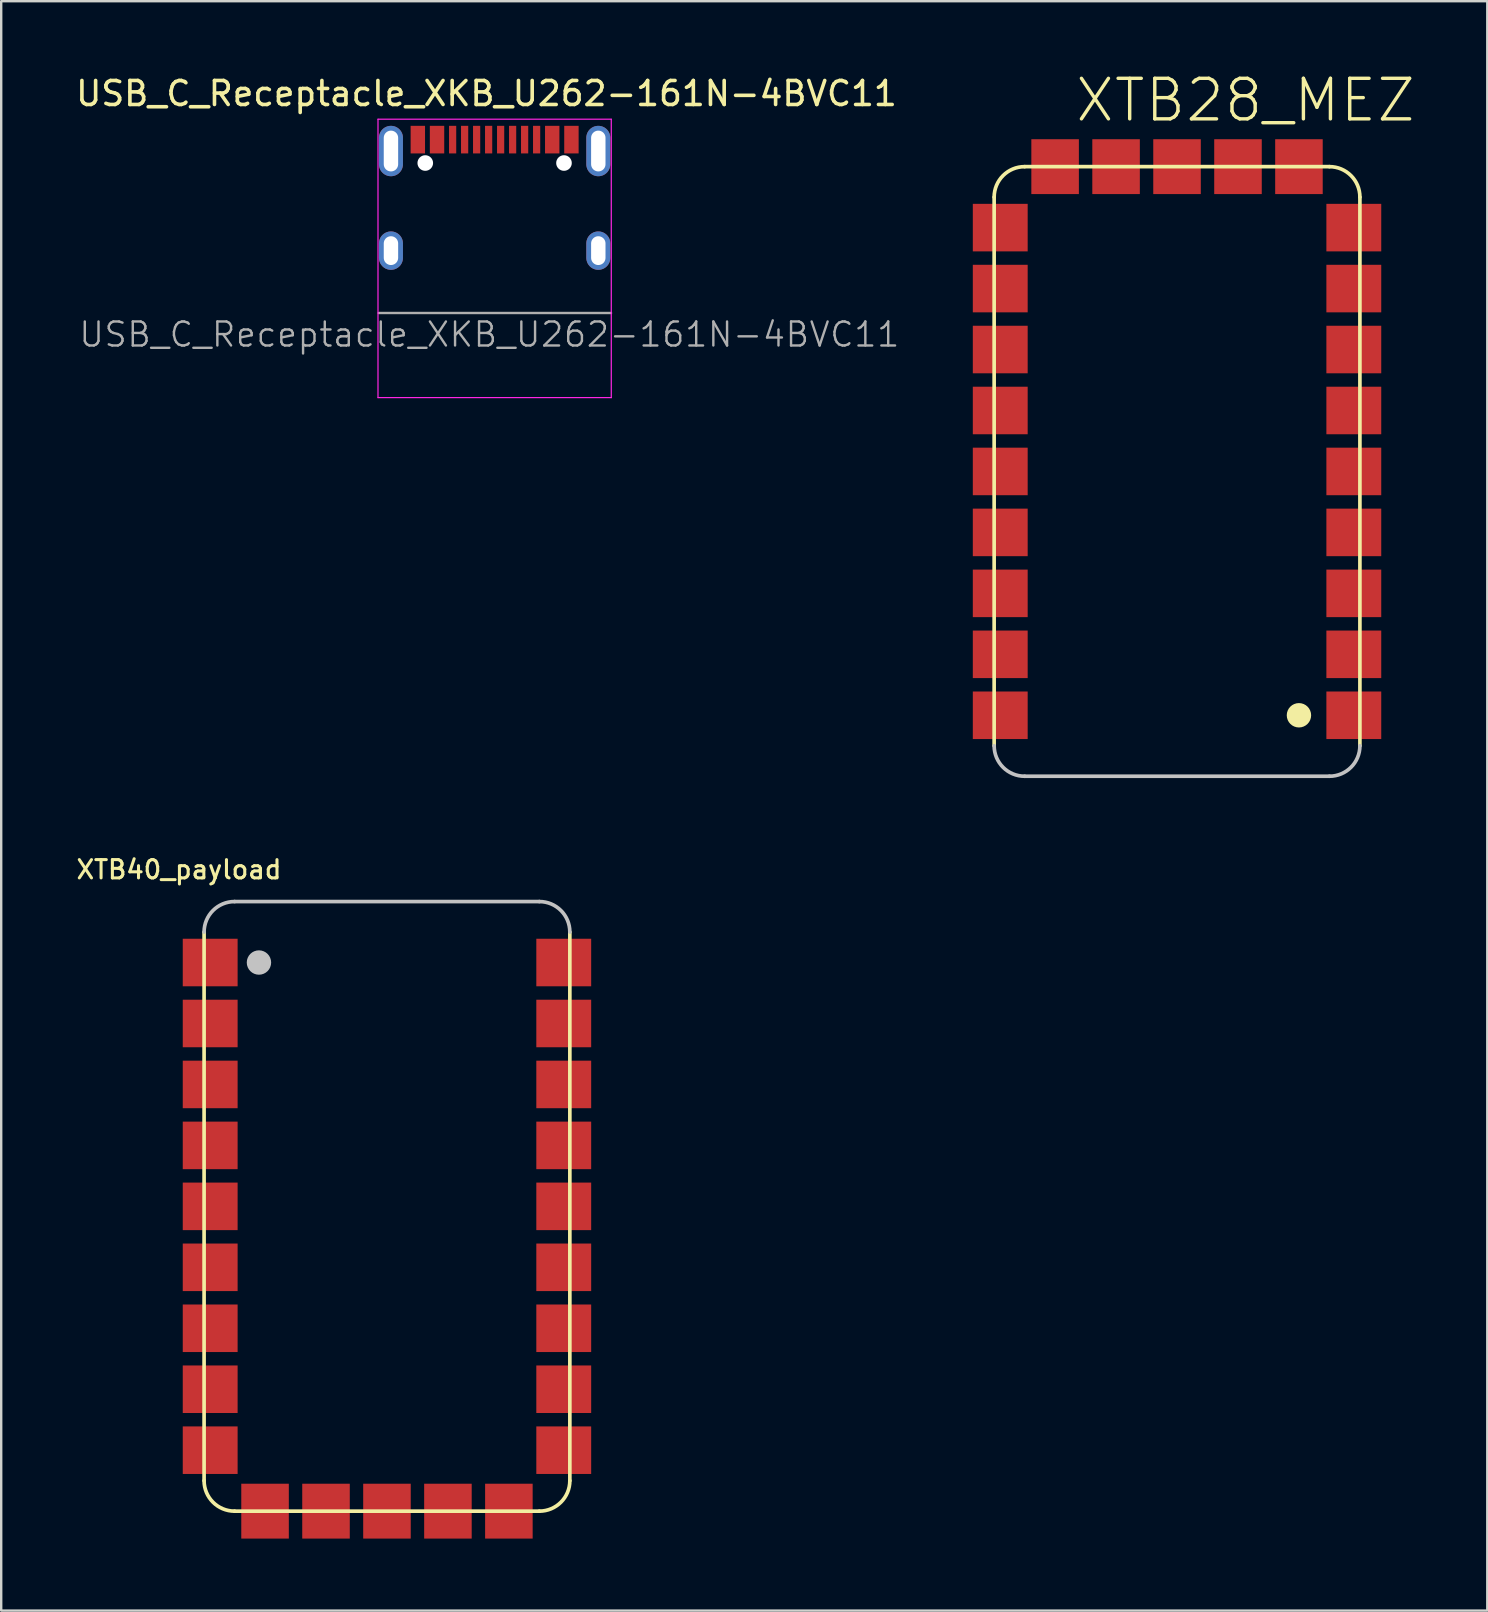
<source format=kicad_pcb>
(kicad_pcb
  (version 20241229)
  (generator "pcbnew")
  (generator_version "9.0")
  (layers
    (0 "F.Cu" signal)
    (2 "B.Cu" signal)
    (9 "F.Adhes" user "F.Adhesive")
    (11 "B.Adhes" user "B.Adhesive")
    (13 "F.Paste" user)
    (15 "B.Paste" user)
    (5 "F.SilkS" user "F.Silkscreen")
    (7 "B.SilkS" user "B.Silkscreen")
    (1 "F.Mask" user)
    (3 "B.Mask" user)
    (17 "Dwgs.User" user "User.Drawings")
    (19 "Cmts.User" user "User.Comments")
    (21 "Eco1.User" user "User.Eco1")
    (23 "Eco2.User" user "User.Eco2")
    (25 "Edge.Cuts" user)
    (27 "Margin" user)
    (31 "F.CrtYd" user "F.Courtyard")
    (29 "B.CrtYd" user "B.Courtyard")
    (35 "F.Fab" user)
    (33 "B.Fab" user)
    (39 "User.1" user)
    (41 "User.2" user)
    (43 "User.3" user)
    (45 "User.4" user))
  (footprint "USB_C_Receptacle_XKB_U262-161N-4BVC11"
    (layer "F.Cu")
    (at 17.06 7.788)
    (property "Reference" "USB_C_Receptacle_XKB_U262-161N-4BVC11" (at 0.16 -6.94 0) (layer "F.SilkS") (effects (font (size 1 1) (thickness 0.15))))
    (attr smd)
    (fp_line (start -4.36 -5.87) (end 5.36 -5.87) (stroke (width 0.05) (type solid)) (layer "F.CrtYd"))
    (fp_line (start -4.36 5.73) (end -4.36 -5.87) (stroke (width 0.05) (type solid)) (layer "F.CrtYd"))
    (fp_line (start 5.36 -5.87) (end 5.36 5.73) (stroke (width 0.05) (type solid)) (layer "F.CrtYd"))
    (fp_line (start 5.36 5.73) (end -4.36 5.73) (stroke (width 0.05) (type solid)) (layer "F.CrtYd"))
    (fp_line (start -4.33 2.205) (end 5.35 2.205) (stroke (width 0.1) (type solid)) (layer "F.Fab"))
    (fp_text user "${REFERENCE}" (at 0.28 3.1 0) (layer "F.Fab") (effects (font (size 1 1) (thickness 0.1))))
    (pad "" np_thru_hole circle (at -2.39 -4.045) (size 0.65 0.65) (drill 0.65) (layers "*.Cu" "*.Mask"))
    (pad "" np_thru_hole circle (at 3.39 -4.045) (size 0.65 0.65) (drill 0.65) (layers "*.Cu" "*.Mask"))
    (pad "A1" smd rect (at -2.7 -5.02) (size 0.6 1.15) (layers "F.Cu" "F.Mask" "F.Paste"))
    (pad "A4" smd rect (at -1.9 -5.02) (size 0.6 1.15) (layers "F.Cu" "F.Mask" "F.Paste"))
    (pad "A5" smd rect (at -0.75 -5.02) (size 0.3 1.15) (layers "F.Cu" "F.Mask" "F.Paste"))
    (pad "A6" smd rect (at 0.25 -5.02) (size 0.3 1.15) (layers "F.Cu" "F.Mask" "F.Paste"))
    (pad "A7" smd rect (at 0.75 -5.02) (size 0.3 1.15) (layers "F.Cu" "F.Mask" "F.Paste"))
    (pad "A8" smd rect (at 1.75 -5.02) (size 0.3 1.15) (layers "F.Cu" "F.Mask" "F.Paste"))
    (pad "A9" smd rect (at 2.9 -5.02) (size 0.6 1.15) (layers "F.Cu" "F.Mask" "F.Paste"))
    (pad "A12" smd rect (at 3.7 -5.02) (size 0.6 1.15) (layers "F.Cu" "F.Mask" "F.Paste"))
    (pad "B5" smd rect (at 2.25 -5.02) (size 0.3 1.15) (layers "F.Cu" "F.Mask" "F.Paste"))
    (pad "B6" smd rect (at 1.25 -5.02) (size 0.3 1.15) (layers "F.Cu" "F.Mask" "F.Paste"))
    (pad "B7" smd rect (at -0.25 -5.02) (size 0.3 1.15) (layers "F.Cu" "F.Mask" "F.Paste"))
    (pad "B8" smd rect (at -1.25 -5.02) (size 0.3 1.15) (layers "F.Cu" "F.Mask" "F.Paste"))
    (pad "S1" thru_hole oval (at -3.82 -4.545) (size 1 2.1) (drill oval 0.6 1.7) (layers "*.Cu" "*.Mask"))
    (pad "S1" thru_hole oval (at -3.82 -0.395) (size 1 1.6) (drill oval 0.6 1.2) (layers "*.Cu" "*.Mask"))
    (pad "S1" thru_hole oval (at 4.82 -4.545) (size 1 2.1) (drill oval 0.6 1.7) (layers "*.Cu" "*.Mask"))
    (pad "S1" thru_hole oval (at 4.82 -0.395) (size 1 1.6) (drill oval 0.6 1.2) (layers "*.Cu" "*.Mask")))
  (footprint "XTB28_MEZ"
    (layer "F.Cu")
    (at 38.374 29.294)
    (property "Reference" "XTB28_MEZ" (at 3.302 -27.178 0) (layer "F.SilkS") (effects (font (size 1.689 1.689) (thickness 0.142)) (justify left bottom)))
    (attr through_hole)
    (fp_line (start 0 -24.13) (end 0 -1.27) (stroke (width 0.152) (type solid)) (layer "F.SilkS"))
    (fp_line (start 13.97 -25.4) (end 1.27 -25.4) (stroke (width 0.152) (type solid)) (layer "F.SilkS"))
    (fp_line (start 15.24 -1.27) (end 15.24 -24.13) (stroke (width 0.152) (type solid)) (layer "F.SilkS"))
    (fp_arc (start 0 -24.13) (mid 0.371974 -25.028026) (end 1.27 -25.4) (stroke (width 0.1524) (type solid)) (layer "F.SilkS"))
    (fp_arc (start 13.97 -25.4) (mid 14.868026 -25.028026) (end 15.24 -24.13) (stroke (width 0.1524) (type solid)) (layer "F.SilkS"))
    (fp_circle (center 12.7 -2.54) (end 12.954 -2.54) (stroke (width 0.508) (type solid)) (fill no) (layer "F.SilkS"))
    (fp_line (start 1.27 0) (end 13.97 0) (stroke (width 0.152) (type solid)) (layer "Dwgs.User"))
    (fp_arc (start 1.27 0) (mid 0.371974 -0.371974) (end 0 -1.27) (stroke (width 0.1524) (type solid)) (layer "Dwgs.User"))
    (fp_arc (start 15.24 -1.27) (mid 14.868026 -0.371974) (end 13.97 0) (stroke (width 0.1524) (type solid)) (layer "Dwgs.User"))
    (pad "1" smd rect (at 14.986 -2.54 180) (size 2.286 1.981) (layers "F.Cu" "F.Mask" "F.Paste"))
    (pad "2" smd rect (at 14.986 -5.08 180) (size 2.286 1.981) (layers "F.Cu" "F.Mask" "F.Paste"))
    (pad "3" smd rect (at 14.986 -7.62 180) (size 2.286 1.981) (layers "F.Cu" "F.Mask" "F.Paste"))
    (pad "4" smd rect (at 14.986 -10.16 180) (size 2.286 1.981) (layers "F.Cu" "F.Mask" "F.Paste"))
    (pad "5" smd rect (at 14.986 -12.7 180) (size 2.286 1.981) (layers "F.Cu" "F.Mask" "F.Paste"))
    (pad "6" smd rect (at 14.986 -15.24 180) (size 2.286 1.981) (layers "F.Cu" "F.Mask" "F.Paste"))
    (pad "7" smd rect (at 14.986 -17.78 180) (size 2.286 1.981) (layers "F.Cu" "F.Mask" "F.Paste"))
    (pad "8" smd rect (at 14.986 -20.32 180) (size 2.286 1.981) (layers "F.Cu" "F.Mask" "F.Paste"))
    (pad "9" smd rect (at 14.986 -22.86 180) (size 2.286 1.981) (layers "F.Cu" "F.Mask" "F.Paste"))
    (pad "10" smd rect (at 12.7 -25.4 90) (size 2.286 1.981) (layers "F.Cu" "F.Mask" "F.Paste"))
    (pad "11" smd rect (at 10.16 -25.4 90) (size 2.286 1.981) (layers "F.Cu" "F.Mask" "F.Paste"))
    (pad "12" smd rect (at 7.62 -25.4 90) (size 2.286 1.981) (layers "F.Cu" "F.Mask" "F.Paste"))
    (pad "13" smd rect (at 5.08 -25.4 90) (size 2.286 1.981) (layers "F.Cu" "F.Mask" "F.Paste"))
    (pad "14" smd rect (at 2.54 -25.4 90) (size 2.286 1.981) (layers "F.Cu" "F.Mask" "F.Paste"))
    (pad "15" smd rect (at 0.254 -22.86) (size 2.286 1.981) (layers "F.Cu" "F.Mask" "F.Paste"))
    (pad "16" smd rect (at 0.254 -20.32) (size 2.286 1.981) (layers "F.Cu" "F.Mask" "F.Paste"))
    (pad "17" smd rect (at 0.254 -17.78) (size 2.286 1.981) (layers "F.Cu" "F.Mask" "F.Paste"))
    (pad "18" smd rect (at 0.254 -15.24) (size 2.286 1.981) (layers "F.Cu" "F.Mask" "F.Paste"))
    (pad "19" smd rect (at 0.254 -12.7) (size 2.286 1.981) (layers "F.Cu" "F.Mask" "F.Paste"))
    (pad "20" smd rect (at 0.254 -10.16) (size 2.286 1.981) (layers "F.Cu" "F.Mask" "F.Paste"))
    (pad "21" smd rect (at 0.254 -7.62) (size 2.286 1.981) (layers "F.Cu" "F.Mask" "F.Paste"))
    (pad "22" smd rect (at 0.254 -5.08) (size 2.286 1.981) (layers "F.Cu" "F.Mask" "F.Paste"))
    (pad "23" smd rect (at 0.254 -2.54) (size 2.286 1.981) (layers "F.Cu" "F.Mask" "F.Paste")))
  (footprint "XTB40_payload"
    (layer "F.Cu")
    (at 5.454 59.916)
    (property "Reference" "XTB40_payload" (at 3.302 -27.178 0) (layer "F.SilkS") (effects (font (size 0.762 0.762) (thickness 0.127)) (justify right top)))
    (attr smd)
    (fp_line (start 0 -24.13) (end 0 -1.27) (stroke (width 0.152) (type solid)) (layer "F.SilkS"))
    (fp_line (start 1.27 0) (end 13.97 0) (stroke (width 0.152) (type solid)) (layer "F.SilkS"))
    (fp_line (start 15.24 -1.27) (end 15.24 -24.13) (stroke (width 0.152) (type solid)) (layer "F.SilkS"))
    (fp_arc (start 1.27 0) (mid 0.371974 -0.371974) (end 0 -1.27) (stroke (width 0.1524) (type solid)) (layer "F.SilkS"))
    (fp_arc (start 15.24 -1.27) (mid 14.868026 -0.371974) (end 13.97 0) (stroke (width 0.1524) (type solid)) (layer "F.SilkS"))
    (fp_line (start 13.97 -25.4) (end 1.27 -25.4) (stroke (width 0.152) (type solid)) (layer "Dwgs.User"))
    (fp_arc (start 0 -24.13) (mid 0.371974 -25.028026) (end 1.27 -25.4) (stroke (width 0.1524) (type solid)) (layer "Dwgs.User"))
    (fp_arc (start 13.97 -25.4) (mid 14.868026 -25.028026) (end 15.24 -24.13) (stroke (width 0.1524) (type solid)) (layer "Dwgs.User"))
    (fp_circle (center 2.286 -22.86) (end 2.54 -22.86) (stroke (width 0.508) (type solid)) (fill no) (layer "Dwgs.User"))
    (pad "1" smd rect (at 0.254 -22.86) (size 2.286 1.981) (layers "F.Cu" "F.Mask"))
    (pad "2" smd rect (at 0.254 -20.32) (size 2.286 1.981) (layers "F.Cu" "F.Mask"))
    (pad "3" smd rect (at 0.254 -17.78) (size 2.286 1.981) (layers "F.Cu" "F.Mask"))
    (pad "4" smd rect (at 0.254 -15.24) (size 2.286 1.981) (layers "F.Cu" "F.Mask"))
    (pad "5" smd rect (at 0.254 -12.7) (size 2.286 1.981) (layers "F.Cu" "F.Mask"))
    (pad "6" smd rect (at 0.254 -10.16) (size 2.286 1.981) (layers "F.Cu" "F.Mask"))
    (pad "7" smd rect (at 0.254 -7.62) (size 2.286 1.981) (layers "F.Cu" "F.Mask"))
    (pad "8" smd rect (at 0.254 -5.08) (size 2.286 1.981) (layers "F.Cu" "F.Mask"))
    (pad "9" smd rect (at 0.254 -2.54) (size 2.286 1.981) (layers "F.Cu" "F.Mask"))
    (pad "10" smd rect (at 2.54 0 270) (size 2.286 1.981) (layers "F.Cu" "F.Mask"))
    (pad "11" smd rect (at 5.08 0 270) (size 2.286 1.981) (layers "F.Cu" "F.Mask"))
    (pad "12" smd rect (at 7.62 0 270) (size 2.286 1.981) (layers "F.Cu" "F.Mask"))
    (pad "13" smd rect (at 10.16 0 270) (size 2.286 1.981) (layers "F.Cu" "F.Mask"))
    (pad "14" smd rect (at 12.7 0 270) (size 2.286 1.981) (layers "F.Cu" "F.Mask"))
    (pad "15" smd rect (at 14.986 -2.54) (size 2.286 1.981) (layers "F.Cu" "F.Mask"))
    (pad "16" smd rect (at 14.986 -5.08) (size 2.286 1.981) (layers "F.Cu" "F.Mask"))
    (pad "17" smd rect (at 14.986 -7.62) (size 2.286 1.981) (layers "F.Cu" "F.Mask"))
    (pad "18" smd rect (at 14.986 -10.16) (size 2.286 1.981) (layers "F.Cu" "F.Mask"))
    (pad "19" smd rect (at 14.986 -12.7) (size 2.286 1.981) (layers "F.Cu" "F.Mask"))
    (pad "20" smd rect (at 14.986 -15.24) (size 2.286 1.981) (layers "F.Cu" "F.Mask"))
    (pad "21" smd rect (at 14.986 -17.78) (size 2.286 1.981) (layers "F.Cu" "F.Mask"))
    (pad "22" smd rect (at 14.986 -20.32) (size 2.286 1.981) (layers "F.Cu" "F.Mask"))
    (pad "23" smd rect (at 14.986 -22.86) (size 2.286 1.981) (layers "F.Cu" "F.Mask")))
  (gr_rect
    (start -3 -3)
    (end 58.922 64.059)
    (stroke (width 0.1) (type default))
    (fill no)
    (layer "Edge.Cuts")))
</source>
